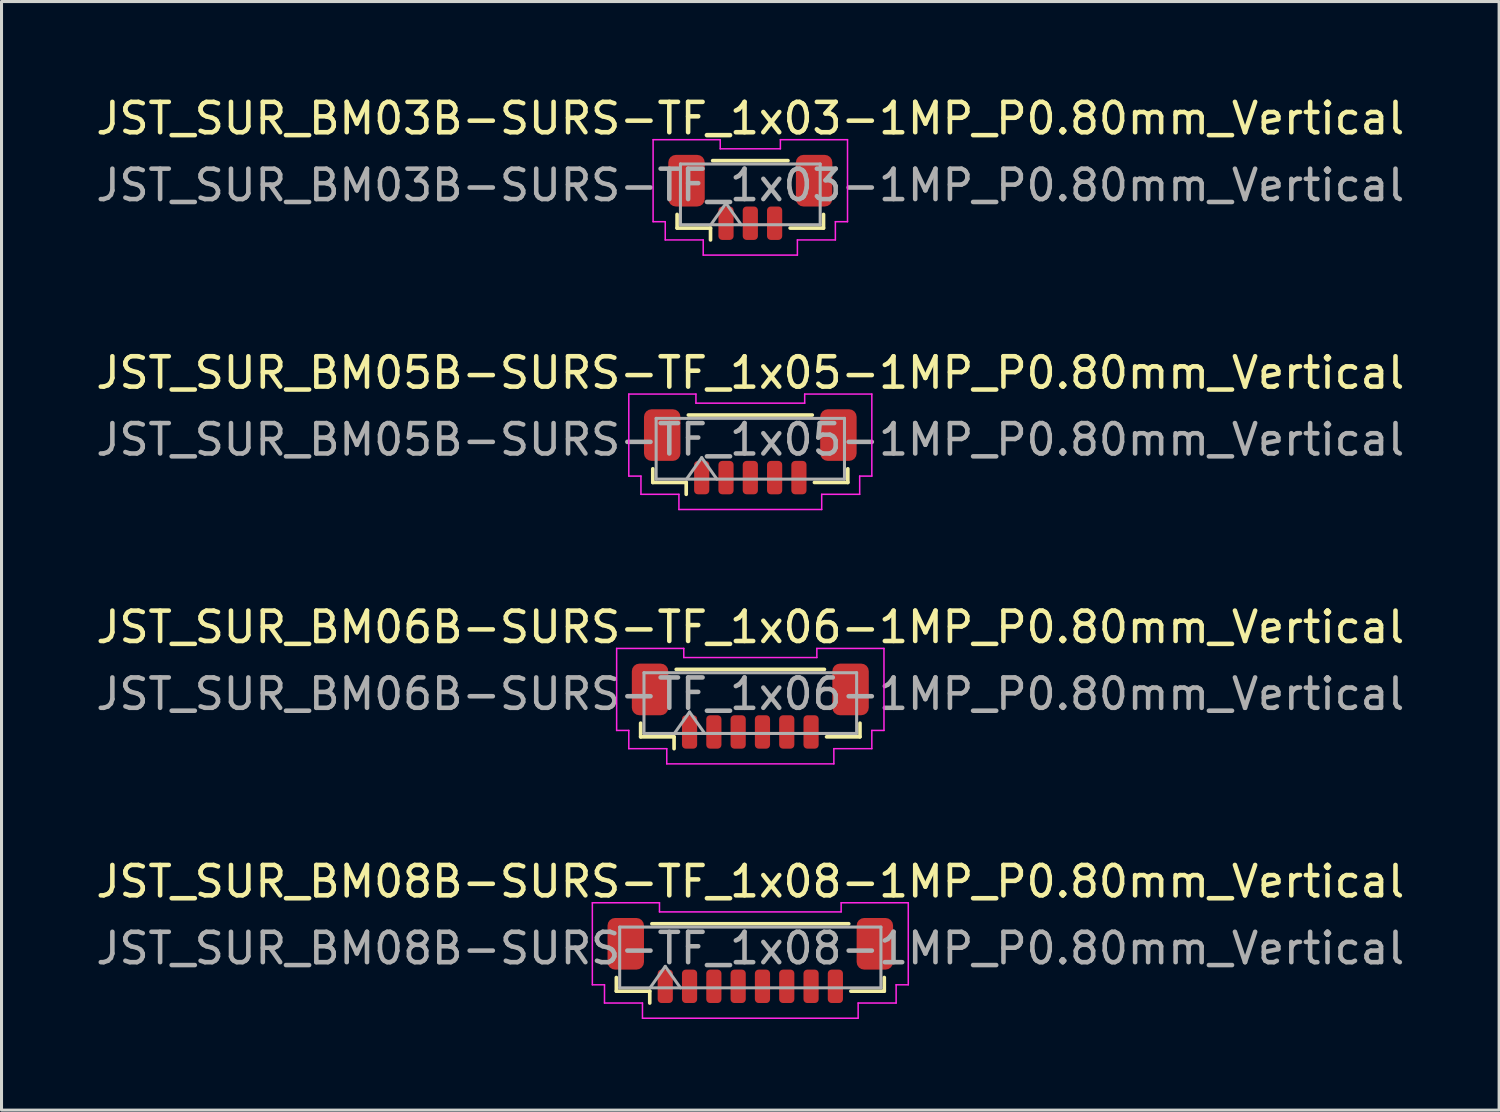
<source format=kicad_pcb>
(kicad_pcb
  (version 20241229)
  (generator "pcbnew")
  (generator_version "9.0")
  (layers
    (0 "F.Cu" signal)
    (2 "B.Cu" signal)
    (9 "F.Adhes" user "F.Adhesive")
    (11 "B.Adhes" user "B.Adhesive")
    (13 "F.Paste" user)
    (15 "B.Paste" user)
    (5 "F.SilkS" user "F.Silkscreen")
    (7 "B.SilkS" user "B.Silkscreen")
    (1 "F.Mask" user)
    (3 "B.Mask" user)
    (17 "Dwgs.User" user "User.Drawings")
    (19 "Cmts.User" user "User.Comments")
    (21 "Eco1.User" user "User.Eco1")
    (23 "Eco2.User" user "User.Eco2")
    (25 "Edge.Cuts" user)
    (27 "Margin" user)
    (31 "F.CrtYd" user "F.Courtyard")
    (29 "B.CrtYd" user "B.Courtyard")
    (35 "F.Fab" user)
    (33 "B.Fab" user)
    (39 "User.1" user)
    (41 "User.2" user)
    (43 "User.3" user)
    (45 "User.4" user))
  (footprint "JST_SUR_BM05B-SURS-TF_1x05-1MP_P0.80mm_Vertical"
    (layer "F.Cu")
    (at 21.649 11.822)
    (property "Reference" "JST_SUR_BM05B-SURS-TF_1x05-1MP_P0.80mm_Vertical" (at 0 -2.6 0) (layer "F.SilkS") (effects (font (size 1 1) (thickness 0.15))))
    (attr smd)
    (fp_line (start -3.21 0.56) (end -3.21 1.01) (stroke (width 0.12) (type solid)) (layer "F.SilkS"))
    (fp_line (start -3.21 1.01) (end -2.11 1.01) (stroke (width 0.12) (type solid)) (layer "F.SilkS"))
    (fp_line (start -2.11 1.01) (end -2.11 1.4) (stroke (width 0.12) (type solid)) (layer "F.SilkS"))
    (fp_line (start -2.04 -1.21) (end 2.04 -1.21) (stroke (width 0.12) (type solid)) (layer "F.SilkS"))
    (fp_line (start 3.21 0.56) (end 3.21 1.01) (stroke (width 0.12) (type solid)) (layer "F.SilkS"))
    (fp_line (start 3.21 1.01) (end 2.11 1.01) (stroke (width 0.12) (type solid)) (layer "F.SilkS"))
    (fp_line (start -4 -1.9) (end -1.79 -1.9) (stroke (width 0.05) (type solid)) (layer "F.CrtYd"))
    (fp_line (start -4 0.8) (end -4 -1.9) (stroke (width 0.05) (type solid)) (layer "F.CrtYd"))
    (fp_line (start -3.6 0.8) (end -4 0.8) (stroke (width 0.05) (type solid)) (layer "F.CrtYd"))
    (fp_line (start -3.6 1.4) (end -3.6 0.8) (stroke (width 0.05) (type solid)) (layer "F.CrtYd"))
    (fp_line (start -2.35 1.4) (end -3.6 1.4) (stroke (width 0.05) (type solid)) (layer "F.CrtYd"))
    (fp_line (start -2.35 1.9) (end -2.35 1.4) (stroke (width 0.05) (type solid)) (layer "F.CrtYd"))
    (fp_line (start -1.79 -1.9) (end -1.79 -1.6) (stroke (width 0.05) (type solid)) (layer "F.CrtYd"))
    (fp_line (start -1.79 -1.6) (end 1.79 -1.6) (stroke (width 0.05) (type solid)) (layer "F.CrtYd"))
    (fp_line (start 1.79 -1.9) (end 4 -1.9) (stroke (width 0.05) (type solid)) (layer "F.CrtYd"))
    (fp_line (start 1.79 -1.6) (end 1.79 -1.9) (stroke (width 0.05) (type solid)) (layer "F.CrtYd"))
    (fp_line (start 2.35 1.4) (end 2.35 1.9) (stroke (width 0.05) (type solid)) (layer "F.CrtYd"))
    (fp_line (start 2.35 1.9) (end -2.35 1.9) (stroke (width 0.05) (type solid)) (layer "F.CrtYd"))
    (fp_line (start 3.6 0.8) (end 3.6 1.4) (stroke (width 0.05) (type solid)) (layer "F.CrtYd"))
    (fp_line (start 3.6 1.4) (end 2.35 1.4) (stroke (width 0.05) (type solid)) (layer "F.CrtYd"))
    (fp_line (start 4 -1.9) (end 4 0.8) (stroke (width 0.05) (type solid)) (layer "F.CrtYd"))
    (fp_line (start 4 0.8) (end 3.6 0.8) (stroke (width 0.05) (type solid)) (layer "F.CrtYd"))
    (fp_line (start -3.1 -1.1) (end 3.1 -1.1) (stroke (width 0.1) (type solid)) (layer "F.Fab"))
    (fp_line (start -3.1 0.9) (end -3.1 -1.1) (stroke (width 0.1) (type solid)) (layer "F.Fab"))
    (fp_line (start -3.1 0.9) (end 3.1 0.9) (stroke (width 0.1) (type solid)) (layer "F.Fab"))
    (fp_line (start -2.1 0.9) (end -1.6 0.193) (stroke (width 0.1) (type solid)) (layer "F.Fab"))
    (fp_line (start -1.6 0.193) (end -1.1 0.9) (stroke (width 0.1) (type solid)) (layer "F.Fab"))
    (fp_line (start 3.1 0.9) (end 3.1 -1.1) (stroke (width 0.1) (type solid)) (layer "F.Fab"))
    (fp_text user "${REFERENCE}" (at 0 -0.4 0) (layer "F.Fab") (effects (font (size 1 1) (thickness 0.15))))
    (pad "1" smd roundrect (at -1.6 0.85) (size 0.5 1.1) (layers "F.Cu" "F.Mask" "F.Paste") (roundrect_rratio 0.25))
    (pad "2" smd roundrect (at -0.8 0.85) (size 0.5 1.1) (layers "F.Cu" "F.Mask" "F.Paste") (roundrect_rratio 0.25))
    (pad "3" smd roundrect (at 0 0.85) (size 0.5 1.1) (layers "F.Cu" "F.Mask" "F.Paste") (roundrect_rratio 0.25))
    (pad "4" smd roundrect (at 0.8 0.85) (size 0.5 1.1) (layers "F.Cu" "F.Mask" "F.Paste") (roundrect_rratio 0.25))
    (pad "5" smd roundrect (at 1.6 0.85) (size 0.5 1.1) (layers "F.Cu" "F.Mask" "F.Paste") (roundrect_rratio 0.25))
    (pad "MP" smd roundrect (at -2.9 -0.55) (size 1.2 1.7) (layers "F.Cu" "F.Mask" "F.Paste") (roundrect_rratio 0.208))
    (pad "MP" smd roundrect (at 2.9 -0.55) (size 1.2 1.7) (layers "F.Cu" "F.Mask" "F.Paste") (roundrect_rratio 0.208)))
  (footprint "JST_SUR_BM08B-SURS-TF_1x08-1MP_P0.80mm_Vertical"
    (layer "F.Cu")
    (at 21.649 28.568)
    (property "Reference" "JST_SUR_BM08B-SURS-TF_1x08-1MP_P0.80mm_Vertical" (at 0 -2.6 0) (layer "F.SilkS") (effects (font (size 1 1) (thickness 0.15))))
    (attr smd)
    (fp_line (start -4.41 0.56) (end -4.41 1.01) (stroke (width 0.12) (type solid)) (layer "F.SilkS"))
    (fp_line (start -4.41 1.01) (end -3.31 1.01) (stroke (width 0.12) (type solid)) (layer "F.SilkS"))
    (fp_line (start -3.31 1.01) (end -3.31 1.4) (stroke (width 0.12) (type solid)) (layer "F.SilkS"))
    (fp_line (start -3.24 -1.21) (end 3.24 -1.21) (stroke (width 0.12) (type solid)) (layer "F.SilkS"))
    (fp_line (start 4.41 0.56) (end 4.41 1.01) (stroke (width 0.12) (type solid)) (layer "F.SilkS"))
    (fp_line (start 4.41 1.01) (end 3.31 1.01) (stroke (width 0.12) (type solid)) (layer "F.SilkS"))
    (fp_line (start -5.2 -1.9) (end -2.99 -1.9) (stroke (width 0.05) (type solid)) (layer "F.CrtYd"))
    (fp_line (start -5.2 0.8) (end -5.2 -1.9) (stroke (width 0.05) (type solid)) (layer "F.CrtYd"))
    (fp_line (start -4.8 0.8) (end -5.2 0.8) (stroke (width 0.05) (type solid)) (layer "F.CrtYd"))
    (fp_line (start -4.8 1.4) (end -4.8 0.8) (stroke (width 0.05) (type solid)) (layer "F.CrtYd"))
    (fp_line (start -3.55 1.4) (end -4.8 1.4) (stroke (width 0.05) (type solid)) (layer "F.CrtYd"))
    (fp_line (start -3.55 1.9) (end -3.55 1.4) (stroke (width 0.05) (type solid)) (layer "F.CrtYd"))
    (fp_line (start -2.99 -1.9) (end -2.99 -1.6) (stroke (width 0.05) (type solid)) (layer "F.CrtYd"))
    (fp_line (start -2.99 -1.6) (end 2.99 -1.6) (stroke (width 0.05) (type solid)) (layer "F.CrtYd"))
    (fp_line (start 2.99 -1.9) (end 5.2 -1.9) (stroke (width 0.05) (type solid)) (layer "F.CrtYd"))
    (fp_line (start 2.99 -1.6) (end 2.99 -1.9) (stroke (width 0.05) (type solid)) (layer "F.CrtYd"))
    (fp_line (start 3.55 1.4) (end 3.55 1.9) (stroke (width 0.05) (type solid)) (layer "F.CrtYd"))
    (fp_line (start 3.55 1.9) (end -3.55 1.9) (stroke (width 0.05) (type solid)) (layer "F.CrtYd"))
    (fp_line (start 4.8 0.8) (end 4.8 1.4) (stroke (width 0.05) (type solid)) (layer "F.CrtYd"))
    (fp_line (start 4.8 1.4) (end 3.55 1.4) (stroke (width 0.05) (type solid)) (layer "F.CrtYd"))
    (fp_line (start 5.2 -1.9) (end 5.2 0.8) (stroke (width 0.05) (type solid)) (layer "F.CrtYd"))
    (fp_line (start 5.2 0.8) (end 4.8 0.8) (stroke (width 0.05) (type solid)) (layer "F.CrtYd"))
    (fp_line (start -4.3 -1.1) (end 4.3 -1.1) (stroke (width 0.1) (type solid)) (layer "F.Fab"))
    (fp_line (start -4.3 0.9) (end -4.3 -1.1) (stroke (width 0.1) (type solid)) (layer "F.Fab"))
    (fp_line (start -4.3 0.9) (end 4.3 0.9) (stroke (width 0.1) (type solid)) (layer "F.Fab"))
    (fp_line (start -3.3 0.9) (end -2.8 0.193) (stroke (width 0.1) (type solid)) (layer "F.Fab"))
    (fp_line (start -2.8 0.193) (end -2.3 0.9) (stroke (width 0.1) (type solid)) (layer "F.Fab"))
    (fp_line (start 4.3 0.9) (end 4.3 -1.1) (stroke (width 0.1) (type solid)) (layer "F.Fab"))
    (fp_text user "${REFERENCE}" (at 0 -0.4 0) (layer "F.Fab") (effects (font (size 1 1) (thickness 0.15))))
    (pad "1" smd roundrect (at -2.8 0.85) (size 0.5 1.1) (layers "F.Cu" "F.Mask" "F.Paste") (roundrect_rratio 0.25))
    (pad "2" smd roundrect (at -2 0.85) (size 0.5 1.1) (layers "F.Cu" "F.Mask" "F.Paste") (roundrect_rratio 0.25))
    (pad "3" smd roundrect (at -1.2 0.85) (size 0.5 1.1) (layers "F.Cu" "F.Mask" "F.Paste") (roundrect_rratio 0.25))
    (pad "4" smd roundrect (at -0.4 0.85) (size 0.5 1.1) (layers "F.Cu" "F.Mask" "F.Paste") (roundrect_rratio 0.25))
    (pad "5" smd roundrect (at 0.4 0.85) (size 0.5 1.1) (layers "F.Cu" "F.Mask" "F.Paste") (roundrect_rratio 0.25))
    (pad "6" smd roundrect (at 1.2 0.85) (size 0.5 1.1) (layers "F.Cu" "F.Mask" "F.Paste") (roundrect_rratio 0.25))
    (pad "7" smd roundrect (at 2 0.85) (size 0.5 1.1) (layers "F.Cu" "F.Mask" "F.Paste") (roundrect_rratio 0.25))
    (pad "8" smd roundrect (at 2.8 0.85) (size 0.5 1.1) (layers "F.Cu" "F.Mask" "F.Paste") (roundrect_rratio 0.25))
    (pad "MP" smd roundrect (at -4.1 -0.55) (size 1.2 1.7) (layers "F.Cu" "F.Mask" "F.Paste") (roundrect_rratio 0.208))
    (pad "MP" smd roundrect (at 4.1 -0.55) (size 1.2 1.7) (layers "F.Cu" "F.Mask" "F.Paste") (roundrect_rratio 0.208)))
  (footprint "JST_SUR_BM06B-SURS-TF_1x06-1MP_P0.80mm_Vertical"
    (layer "F.Cu")
    (at 21.649 20.195)
    (property "Reference" "JST_SUR_BM06B-SURS-TF_1x06-1MP_P0.80mm_Vertical" (at 0 -2.6 0) (layer "F.SilkS") (effects (font (size 1 1) (thickness 0.15))))
    (attr smd)
    (fp_line (start -3.61 0.56) (end -3.61 1.01) (stroke (width 0.12) (type solid)) (layer "F.SilkS"))
    (fp_line (start -3.61 1.01) (end -2.51 1.01) (stroke (width 0.12) (type solid)) (layer "F.SilkS"))
    (fp_line (start -2.51 1.01) (end -2.51 1.4) (stroke (width 0.12) (type solid)) (layer "F.SilkS"))
    (fp_line (start -2.44 -1.21) (end 2.44 -1.21) (stroke (width 0.12) (type solid)) (layer "F.SilkS"))
    (fp_line (start 3.61 0.56) (end 3.61 1.01) (stroke (width 0.12) (type solid)) (layer "F.SilkS"))
    (fp_line (start 3.61 1.01) (end 2.51 1.01) (stroke (width 0.12) (type solid)) (layer "F.SilkS"))
    (fp_line (start -4.4 -1.9) (end -2.19 -1.9) (stroke (width 0.05) (type solid)) (layer "F.CrtYd"))
    (fp_line (start -4.4 0.8) (end -4.4 -1.9) (stroke (width 0.05) (type solid)) (layer "F.CrtYd"))
    (fp_line (start -4 0.8) (end -4.4 0.8) (stroke (width 0.05) (type solid)) (layer "F.CrtYd"))
    (fp_line (start -4 1.4) (end -4 0.8) (stroke (width 0.05) (type solid)) (layer "F.CrtYd"))
    (fp_line (start -2.75 1.4) (end -4 1.4) (stroke (width 0.05) (type solid)) (layer "F.CrtYd"))
    (fp_line (start -2.75 1.9) (end -2.75 1.4) (stroke (width 0.05) (type solid)) (layer "F.CrtYd"))
    (fp_line (start -2.19 -1.9) (end -2.19 -1.6) (stroke (width 0.05) (type solid)) (layer "F.CrtYd"))
    (fp_line (start -2.19 -1.6) (end 2.19 -1.6) (stroke (width 0.05) (type solid)) (layer "F.CrtYd"))
    (fp_line (start 2.19 -1.9) (end 4.4 -1.9) (stroke (width 0.05) (type solid)) (layer "F.CrtYd"))
    (fp_line (start 2.19 -1.6) (end 2.19 -1.9) (stroke (width 0.05) (type solid)) (layer "F.CrtYd"))
    (fp_line (start 2.75 1.4) (end 2.75 1.9) (stroke (width 0.05) (type solid)) (layer "F.CrtYd"))
    (fp_line (start 2.75 1.9) (end -2.75 1.9) (stroke (width 0.05) (type solid)) (layer "F.CrtYd"))
    (fp_line (start 4 0.8) (end 4 1.4) (stroke (width 0.05) (type solid)) (layer "F.CrtYd"))
    (fp_line (start 4 1.4) (end 2.75 1.4) (stroke (width 0.05) (type solid)) (layer "F.CrtYd"))
    (fp_line (start 4.4 -1.9) (end 4.4 0.8) (stroke (width 0.05) (type solid)) (layer "F.CrtYd"))
    (fp_line (start 4.4 0.8) (end 4 0.8) (stroke (width 0.05) (type solid)) (layer "F.CrtYd"))
    (fp_line (start -3.5 -1.1) (end 3.5 -1.1) (stroke (width 0.1) (type solid)) (layer "F.Fab"))
    (fp_line (start -3.5 0.9) (end -3.5 -1.1) (stroke (width 0.1) (type solid)) (layer "F.Fab"))
    (fp_line (start -3.5 0.9) (end 3.5 0.9) (stroke (width 0.1) (type solid)) (layer "F.Fab"))
    (fp_line (start -2.5 0.9) (end -2 0.193) (stroke (width 0.1) (type solid)) (layer "F.Fab"))
    (fp_line (start -2 0.193) (end -1.5 0.9) (stroke (width 0.1) (type solid)) (layer "F.Fab"))
    (fp_line (start 3.5 0.9) (end 3.5 -1.1) (stroke (width 0.1) (type solid)) (layer "F.Fab"))
    (fp_text user "${REFERENCE}" (at 0 -0.4 0) (layer "F.Fab") (effects (font (size 1 1) (thickness 0.15))))
    (pad "1" smd roundrect (at -2 0.85) (size 0.5 1.1) (layers "F.Cu" "F.Mask" "F.Paste") (roundrect_rratio 0.25))
    (pad "2" smd roundrect (at -1.2 0.85) (size 0.5 1.1) (layers "F.Cu" "F.Mask" "F.Paste") (roundrect_rratio 0.25))
    (pad "3" smd roundrect (at -0.4 0.85) (size 0.5 1.1) (layers "F.Cu" "F.Mask" "F.Paste") (roundrect_rratio 0.25))
    (pad "4" smd roundrect (at 0.4 0.85) (size 0.5 1.1) (layers "F.Cu" "F.Mask" "F.Paste") (roundrect_rratio 0.25))
    (pad "5" smd roundrect (at 1.2 0.85) (size 0.5 1.1) (layers "F.Cu" "F.Mask" "F.Paste") (roundrect_rratio 0.25))
    (pad "6" smd roundrect (at 2 0.85) (size 0.5 1.1) (layers "F.Cu" "F.Mask" "F.Paste") (roundrect_rratio 0.25))
    (pad "MP" smd roundrect (at -3.3 -0.55) (size 1.2 1.7) (layers "F.Cu" "F.Mask" "F.Paste") (roundrect_rratio 0.208))
    (pad "MP" smd roundrect (at 3.3 -0.55) (size 1.2 1.7) (layers "F.Cu" "F.Mask" "F.Paste") (roundrect_rratio 0.208)))
  (footprint "JST_SUR_BM03B-SURS-TF_1x03-1MP_P0.80mm_Vertical"
    (layer "F.Cu")
    (at 21.649 3.448)
    (property "Reference" "JST_SUR_BM03B-SURS-TF_1x03-1MP_P0.80mm_Vertical" (at 0 -2.6 0) (layer "F.SilkS") (effects (font (size 1 1) (thickness 0.15))))
    (attr smd)
    (fp_line (start -2.41 0.56) (end -2.41 1.01) (stroke (width 0.12) (type solid)) (layer "F.SilkS"))
    (fp_line (start -2.41 1.01) (end -1.31 1.01) (stroke (width 0.12) (type solid)) (layer "F.SilkS"))
    (fp_line (start -1.31 1.01) (end -1.31 1.4) (stroke (width 0.12) (type solid)) (layer "F.SilkS"))
    (fp_line (start -1.24 -1.21) (end 1.24 -1.21) (stroke (width 0.12) (type solid)) (layer "F.SilkS"))
    (fp_line (start 2.41 0.56) (end 2.41 1.01) (stroke (width 0.12) (type solid)) (layer "F.SilkS"))
    (fp_line (start 2.41 1.01) (end 1.31 1.01) (stroke (width 0.12) (type solid)) (layer "F.SilkS"))
    (fp_line (start -3.2 -1.9) (end -0.99 -1.9) (stroke (width 0.05) (type solid)) (layer "F.CrtYd"))
    (fp_line (start -3.2 0.8) (end -3.2 -1.9) (stroke (width 0.05) (type solid)) (layer "F.CrtYd"))
    (fp_line (start -2.8 0.8) (end -3.2 0.8) (stroke (width 0.05) (type solid)) (layer "F.CrtYd"))
    (fp_line (start -2.8 1.4) (end -2.8 0.8) (stroke (width 0.05) (type solid)) (layer "F.CrtYd"))
    (fp_line (start -1.55 1.4) (end -2.8 1.4) (stroke (width 0.05) (type solid)) (layer "F.CrtYd"))
    (fp_line (start -1.55 1.9) (end -1.55 1.4) (stroke (width 0.05) (type solid)) (layer "F.CrtYd"))
    (fp_line (start -0.99 -1.9) (end -0.99 -1.6) (stroke (width 0.05) (type solid)) (layer "F.CrtYd"))
    (fp_line (start -0.99 -1.6) (end 0.99 -1.6) (stroke (width 0.05) (type solid)) (layer "F.CrtYd"))
    (fp_line (start 0.99 -1.9) (end 3.2 -1.9) (stroke (width 0.05) (type solid)) (layer "F.CrtYd"))
    (fp_line (start 0.99 -1.6) (end 0.99 -1.9) (stroke (width 0.05) (type solid)) (layer "F.CrtYd"))
    (fp_line (start 1.55 1.4) (end 1.55 1.9) (stroke (width 0.05) (type solid)) (layer "F.CrtYd"))
    (fp_line (start 1.55 1.9) (end -1.55 1.9) (stroke (width 0.05) (type solid)) (layer "F.CrtYd"))
    (fp_line (start 2.8 0.8) (end 2.8 1.4) (stroke (width 0.05) (type solid)) (layer "F.CrtYd"))
    (fp_line (start 2.8 1.4) (end 1.55 1.4) (stroke (width 0.05) (type solid)) (layer "F.CrtYd"))
    (fp_line (start 3.2 -1.9) (end 3.2 0.8) (stroke (width 0.05) (type solid)) (layer "F.CrtYd"))
    (fp_line (start 3.2 0.8) (end 2.8 0.8) (stroke (width 0.05) (type solid)) (layer "F.CrtYd"))
    (fp_line (start -2.3 -1.1) (end 2.3 -1.1) (stroke (width 0.1) (type solid)) (layer "F.Fab"))
    (fp_line (start -2.3 0.9) (end -2.3 -1.1) (stroke (width 0.1) (type solid)) (layer "F.Fab"))
    (fp_line (start -2.3 0.9) (end 2.3 0.9) (stroke (width 0.1) (type solid)) (layer "F.Fab"))
    (fp_line (start -1.3 0.9) (end -0.8 0.193) (stroke (width 0.1) (type solid)) (layer "F.Fab"))
    (fp_line (start -0.8 0.193) (end -0.3 0.9) (stroke (width 0.1) (type solid)) (layer "F.Fab"))
    (fp_line (start 2.3 0.9) (end 2.3 -1.1) (stroke (width 0.1) (type solid)) (layer "F.Fab"))
    (fp_text user "${REFERENCE}" (at 0 -0.4 0) (layer "F.Fab") (effects (font (size 1 1) (thickness 0.15))))
    (pad "1" smd roundrect (at -0.8 0.85) (size 0.5 1.1) (layers "F.Cu" "F.Mask" "F.Paste") (roundrect_rratio 0.25))
    (pad "2" smd roundrect (at 0 0.85) (size 0.5 1.1) (layers "F.Cu" "F.Mask" "F.Paste") (roundrect_rratio 0.25))
    (pad "3" smd roundrect (at 0.8 0.85) (size 0.5 1.1) (layers "F.Cu" "F.Mask" "F.Paste") (roundrect_rratio 0.25))
    (pad "MP" smd roundrect (at -2.1 -0.55) (size 1.2 1.7) (layers "F.Cu" "F.Mask" "F.Paste") (roundrect_rratio 0.208))
    (pad "MP" smd roundrect (at 2.1 -0.55) (size 1.2 1.7) (layers "F.Cu" "F.Mask" "F.Paste") (roundrect_rratio 0.208)))
  (gr_rect
    (start -3 -3)
    (end 46.298 33.493)
    (stroke (width 0.1) (type default))
    (fill no)
    (layer "Edge.Cuts")))
</source>
